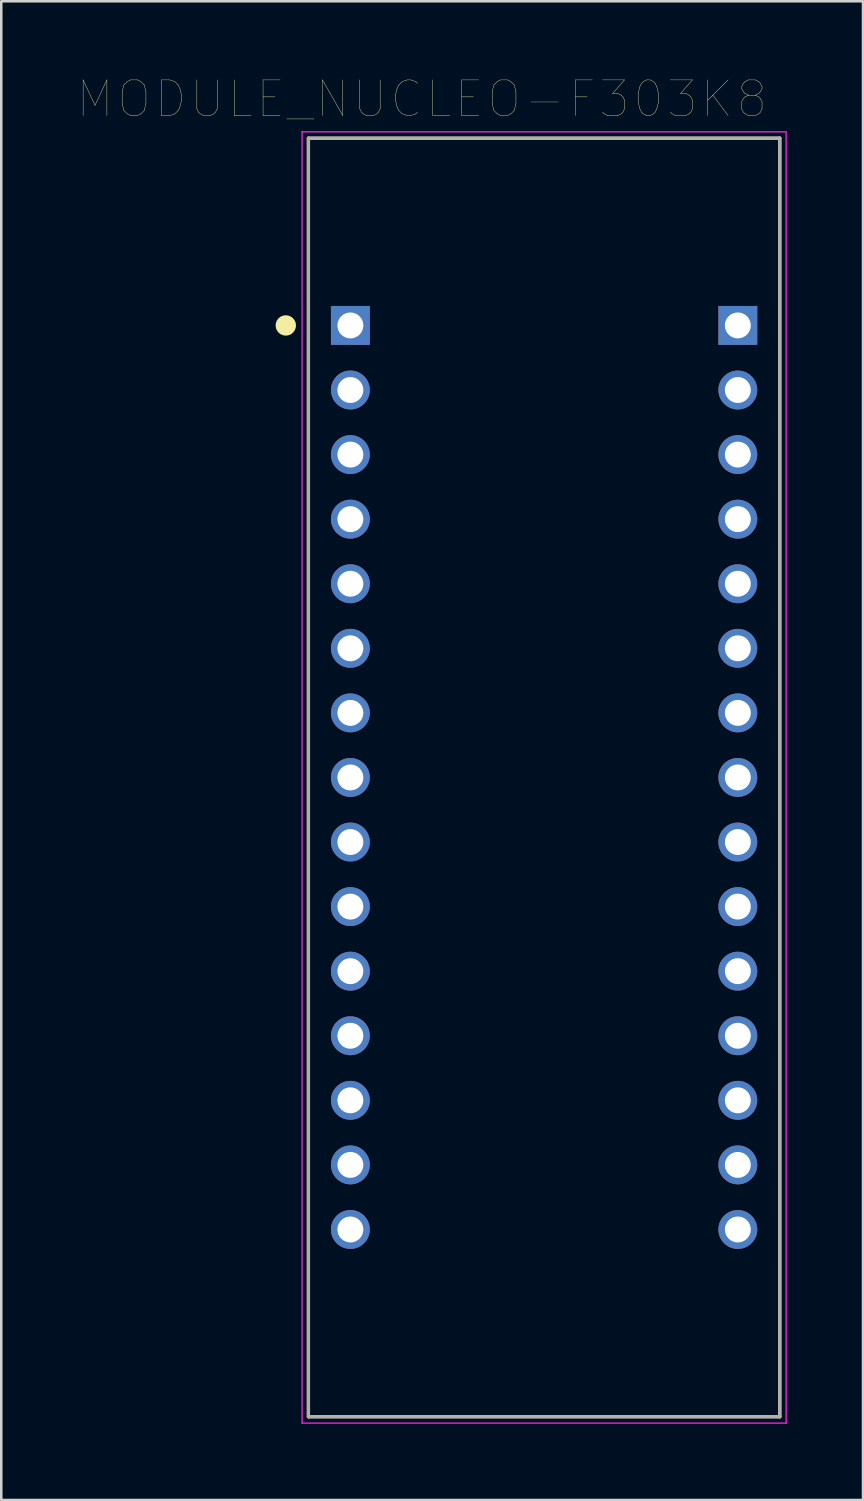
<source format=kicad_pcb>
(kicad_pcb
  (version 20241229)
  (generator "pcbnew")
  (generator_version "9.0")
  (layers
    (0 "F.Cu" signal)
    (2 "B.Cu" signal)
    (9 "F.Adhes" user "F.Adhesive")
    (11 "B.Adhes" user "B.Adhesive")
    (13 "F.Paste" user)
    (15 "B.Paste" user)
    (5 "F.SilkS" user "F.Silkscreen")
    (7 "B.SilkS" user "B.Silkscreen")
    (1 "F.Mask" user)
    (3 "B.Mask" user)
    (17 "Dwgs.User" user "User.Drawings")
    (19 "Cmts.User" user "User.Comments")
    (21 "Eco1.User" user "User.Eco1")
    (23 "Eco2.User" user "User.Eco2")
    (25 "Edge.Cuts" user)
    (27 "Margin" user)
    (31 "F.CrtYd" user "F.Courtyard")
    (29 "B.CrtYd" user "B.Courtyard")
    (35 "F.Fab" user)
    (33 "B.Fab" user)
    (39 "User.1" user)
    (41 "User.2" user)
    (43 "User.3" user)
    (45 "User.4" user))
  (footprint "MODULE_NUCLEO-F303K8"
    (layer "F.Cu")
    (at 18.352 27.531)
    (property "Reference" "MODULE_NUCLEO-F303K8" (at -4.813 -26.684 0) (layer "F.SilkS") (effects (font (size 1.402 1.402) (thickness 0.015))))
    (attr through_hole)
    (fp_line (start -9.27 -25.145) (end 9.27 -25.145) (stroke (width 0.127) (type solid)) (layer "F.SilkS"))
    (fp_line (start -9.27 25.145) (end -9.27 -25.145) (stroke (width 0.127) (type solid)) (layer "F.SilkS"))
    (fp_line (start 9.27 -25.145) (end 9.27 25.145) (stroke (width 0.127) (type solid)) (layer "F.SilkS"))
    (fp_line (start 9.27 25.145) (end -9.27 25.145) (stroke (width 0.127) (type solid)) (layer "F.SilkS"))
    (fp_circle (center -10.16 -17.78) (end -9.96 -17.78) (stroke (width 0.4) (type solid)) (fill no) (layer "F.SilkS"))
    (fp_line (start -9.52 -25.395) (end 9.52 -25.395) (stroke (width 0.05) (type solid)) (layer "F.CrtYd"))
    (fp_line (start -9.52 25.395) (end -9.52 -25.395) (stroke (width 0.05) (type solid)) (layer "F.CrtYd"))
    (fp_line (start 9.52 -25.395) (end 9.52 25.395) (stroke (width 0.05) (type solid)) (layer "F.CrtYd"))
    (fp_line (start 9.52 25.395) (end -9.52 25.395) (stroke (width 0.05) (type solid)) (layer "F.CrtYd"))
    (fp_line (start -9.27 -25.145) (end 9.27 -25.145) (stroke (width 0.127) (type solid)) (layer "F.Fab"))
    (fp_line (start -9.27 25.145) (end -9.27 -25.145) (stroke (width 0.127) (type solid)) (layer "F.Fab"))
    (fp_line (start 9.27 -25.145) (end 9.27 25.145) (stroke (width 0.127) (type solid)) (layer "F.Fab"))
    (fp_line (start 9.27 25.145) (end -9.27 25.145) (stroke (width 0.127) (type solid)) (layer "F.Fab"))
    (pad "3.1" thru_hole rect (at -7.62 -17.78) (size 1.53 1.53) (drill 1.02) (layers "*.Cu" "*.Mask"))
    (pad "3.2" thru_hole circle (at -7.62 -15.24) (size 1.53 1.53) (drill 1.02) (layers "*.Cu" "*.Mask"))
    (pad "3.3" thru_hole circle (at -7.62 -12.7) (size 1.53 1.53) (drill 1.02) (layers "*.Cu" "*.Mask"))
    (pad "3.4" thru_hole circle (at -7.62 -10.16) (size 1.53 1.53) (drill 1.02) (layers "*.Cu" "*.Mask"))
    (pad "3.5" thru_hole circle (at -7.62 -7.62) (size 1.53 1.53) (drill 1.02) (layers "*.Cu" "*.Mask"))
    (pad "3.6" thru_hole circle (at -7.62 -5.08) (size 1.53 1.53) (drill 1.02) (layers "*.Cu" "*.Mask"))
    (pad "3.7" thru_hole circle (at -7.62 -2.54) (size 1.53 1.53) (drill 1.02) (layers "*.Cu" "*.Mask"))
    (pad "3.8" thru_hole circle (at -7.62 0) (size 1.53 1.53) (drill 1.02) (layers "*.Cu" "*.Mask"))
    (pad "3.9" thru_hole circle (at -7.62 2.54) (size 1.53 1.53) (drill 1.02) (layers "*.Cu" "*.Mask"))
    (pad "3.10" thru_hole circle (at -7.62 5.08) (size 1.53 1.53) (drill 1.02) (layers "*.Cu" "*.Mask"))
    (pad "3.11" thru_hole circle (at -7.62 7.62) (size 1.53 1.53) (drill 1.02) (layers "*.Cu" "*.Mask"))
    (pad "3.12" thru_hole circle (at -7.62 10.16) (size 1.53 1.53) (drill 1.02) (layers "*.Cu" "*.Mask"))
    (pad "3.13" thru_hole circle (at -7.62 12.7) (size 1.53 1.53) (drill 1.02) (layers "*.Cu" "*.Mask"))
    (pad "3.14" thru_hole circle (at -7.62 15.24) (size 1.53 1.53) (drill 1.02) (layers "*.Cu" "*.Mask"))
    (pad "3.15" thru_hole circle (at -7.62 17.78) (size 1.53 1.53) (drill 1.02) (layers "*.Cu" "*.Mask"))
    (pad "4.1" thru_hole rect (at 7.62 -17.78) (size 1.53 1.53) (drill 1.02) (layers "*.Cu" "*.Mask"))
    (pad "4.2" thru_hole circle (at 7.62 -15.24) (size 1.53 1.53) (drill 1.02) (layers "*.Cu" "*.Mask"))
    (pad "4.3" thru_hole circle (at 7.62 -12.7) (size 1.53 1.53) (drill 1.02) (layers "*.Cu" "*.Mask"))
    (pad "4.4" thru_hole circle (at 7.62 -10.16) (size 1.53 1.53) (drill 1.02) (layers "*.Cu" "*.Mask"))
    (pad "4.5" thru_hole circle (at 7.62 -7.62) (size 1.53 1.53) (drill 1.02) (layers "*.Cu" "*.Mask"))
    (pad "4.6" thru_hole circle (at 7.62 -5.08) (size 1.53 1.53) (drill 1.02) (layers "*.Cu" "*.Mask"))
    (pad "4.7" thru_hole circle (at 7.62 -2.54) (size 1.53 1.53) (drill 1.02) (layers "*.Cu" "*.Mask"))
    (pad "4.8" thru_hole circle (at 7.62 0) (size 1.53 1.53) (drill 1.02) (layers "*.Cu" "*.Mask"))
    (pad "4.9" thru_hole circle (at 7.62 2.54) (size 1.53 1.53) (drill 1.02) (layers "*.Cu" "*.Mask"))
    (pad "4.10" thru_hole circle (at 7.62 5.08) (size 1.53 1.53) (drill 1.02) (layers "*.Cu" "*.Mask"))
    (pad "4.11" thru_hole circle (at 7.62 7.62) (size 1.53 1.53) (drill 1.02) (layers "*.Cu" "*.Mask"))
    (pad "4.12" thru_hole circle (at 7.62 10.16) (size 1.53 1.53) (drill 1.02) (layers "*.Cu" "*.Mask"))
    (pad "4.13" thru_hole circle (at 7.62 12.7) (size 1.53 1.53) (drill 1.02) (layers "*.Cu" "*.Mask"))
    (pad "4.14" thru_hole circle (at 7.62 15.24) (size 1.53 1.53) (drill 1.02) (layers "*.Cu" "*.Mask"))
    (pad "4.15" thru_hole circle (at 7.62 17.78) (size 1.53 1.53) (drill 1.02) (layers "*.Cu" "*.Mask")))
  (gr_rect
    (start -3 -3)
    (end 30.897 55.951)
    (stroke (width 0.1) (type default))
    (fill no)
    (layer "Edge.Cuts")))
</source>
